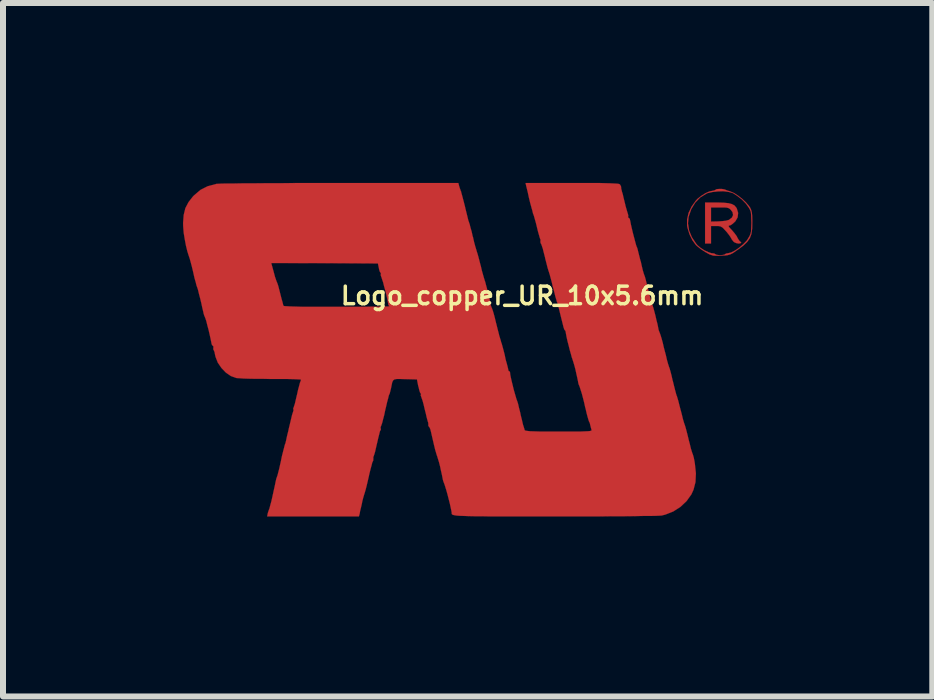
<source format=kicad_pcb>
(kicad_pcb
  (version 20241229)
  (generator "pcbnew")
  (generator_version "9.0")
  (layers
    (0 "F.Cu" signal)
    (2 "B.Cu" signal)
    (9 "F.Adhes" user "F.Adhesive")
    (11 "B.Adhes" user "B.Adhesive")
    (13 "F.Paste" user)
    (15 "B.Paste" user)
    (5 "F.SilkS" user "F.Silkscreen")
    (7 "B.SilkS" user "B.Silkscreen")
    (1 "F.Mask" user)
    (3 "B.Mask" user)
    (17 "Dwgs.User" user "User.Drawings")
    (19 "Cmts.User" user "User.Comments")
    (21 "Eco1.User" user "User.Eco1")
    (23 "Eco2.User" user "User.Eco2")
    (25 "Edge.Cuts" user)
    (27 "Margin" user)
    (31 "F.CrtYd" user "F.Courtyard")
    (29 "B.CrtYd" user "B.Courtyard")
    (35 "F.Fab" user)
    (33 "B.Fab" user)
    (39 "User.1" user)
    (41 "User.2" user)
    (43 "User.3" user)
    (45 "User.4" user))
  (footprint "Logo_copper_UR_10x5.6mm"
    (layer "F.Cu")
    (at 4.754 2.78)
    (property "Reference" "Logo_copper_UR_10x5.6mm" (at 0.9 -0.9 0) (layer "F.SilkS") (effects (font (size 0.292 0.292) (thickness 0.058))))
    (attr through_hole)
    (fp_poly (pts (xy 4.552 -1.788) (xy 4.539 -1.773) (xy 4.506 -1.77) (xy 4.468 -1.778) (xy 4.435 -1.793) (xy 4.425 -1.801) (xy 4.397 -1.836) (xy 4.374 -1.877) (xy 4.348 -1.915) (xy 4.31 -1.963) (xy 4.282 -1.994) (xy 4.242 -2.035) (xy 4.209 -2.055) (xy 4.173 -2.062) (xy 4.133 -2.062) (xy 4.049 -2.062) (xy 4.049 -1.918) (xy 4.049 -1.77) (xy 3.998 -1.77) (xy 3.95 -1.77) (xy 3.95 -2.113) (xy 3.95 -2.454) (xy 4.145 -2.454) (xy 4.255 -2.451) (xy 4.338 -2.443) (xy 4.397 -2.428) (xy 4.44 -2.405) (xy 4.468 -2.372) (xy 4.478 -2.357) (xy 4.501 -2.281) (xy 4.493 -2.207) (xy 4.455 -2.141) (xy 4.453 -2.139) (xy 4.417 -2.106) (xy 4.417 -2.245) (xy 4.407 -2.294) (xy 4.381 -2.329) (xy 4.361 -2.349) (xy 4.338 -2.362) (xy 4.305 -2.37) (xy 4.257 -2.372) (xy 4.196 -2.372) (xy 4.049 -2.372) (xy 4.049 -2.256) (xy 4.049 -2.136) (xy 4.176 -2.139) (xy 4.242 -2.144) (xy 4.3 -2.151) (xy 4.338 -2.162) (xy 4.343 -2.162) (xy 4.397 -2.202) (xy 4.417 -2.245) (xy 4.417 -2.106) (xy 4.415 -2.103) (xy 4.379 -2.078) (xy 4.366 -2.073) (xy 4.346 -2.068) (xy 4.343 -2.057) (xy 4.356 -2.037) (xy 4.389 -2.002) (xy 4.397 -1.994) (xy 4.44 -1.943) (xy 4.478 -1.892) (xy 4.491 -1.864) (xy 4.514 -1.826) (xy 4.531 -1.806) (xy 4.536 -1.803) (xy 4.552 -1.791) (xy 4.552 -1.788)) (stroke (width 0.003) (type solid)) (fill yes) (layer "F.Cu"))
    (fp_poly (pts (xy 4.737 -2.126) (xy 4.735 -2.017) (xy 4.722 -1.93) (xy 4.722 -1.928) (xy 4.722 -2.108) (xy 4.722 -2.121) (xy 4.719 -2.202) (xy 4.717 -2.258) (xy 4.712 -2.299) (xy 4.699 -2.332) (xy 4.681 -2.365) (xy 4.676 -2.372) (xy 4.63 -2.436) (xy 4.564 -2.504) (xy 4.488 -2.563) (xy 4.417 -2.609) (xy 4.404 -2.614) (xy 4.341 -2.631) (xy 4.255 -2.642) (xy 4.161 -2.639) (xy 4.072 -2.629) (xy 3.993 -2.611) (xy 3.975 -2.603) (xy 3.871 -2.54) (xy 3.785 -2.451) (xy 3.719 -2.342) (xy 3.675 -2.215) (xy 3.665 -2.106) (xy 3.683 -1.989) (xy 3.729 -1.877) (xy 3.8 -1.77) (xy 3.825 -1.74) (xy 3.876 -1.697) (xy 3.94 -1.656) (xy 4.006 -1.626) (xy 4.059 -1.608) (xy 4.072 -1.608) (xy 4.105 -1.603) (xy 4.12 -1.593) (xy 4.143 -1.582) (xy 4.183 -1.577) (xy 4.201 -1.575) (xy 4.247 -1.58) (xy 4.277 -1.587) (xy 4.282 -1.593) (xy 4.305 -1.605) (xy 4.331 -1.608) (xy 4.384 -1.621) (xy 4.45 -1.654) (xy 4.519 -1.702) (xy 4.587 -1.76) (xy 4.646 -1.821) (xy 4.676 -1.869) (xy 4.696 -1.905) (xy 4.709 -1.938) (xy 4.717 -1.976) (xy 4.719 -2.032) (xy 4.722 -2.108) (xy 4.722 -1.928) (xy 4.696 -1.859) (xy 4.651 -1.796) (xy 4.587 -1.735) (xy 4.498 -1.669) (xy 4.475 -1.654) (xy 4.417 -1.613) (xy 4.371 -1.59) (xy 4.328 -1.577) (xy 4.275 -1.57) (xy 4.242 -1.57) (xy 4.176 -1.567) (xy 4.12 -1.567) (xy 4.082 -1.57) (xy 4.023 -1.59) (xy 3.955 -1.628) (xy 3.884 -1.674) (xy 3.823 -1.722) (xy 3.797 -1.745) (xy 3.739 -1.824) (xy 3.691 -1.923) (xy 3.658 -2.029) (xy 3.65 -2.065) (xy 3.65 -2.172) (xy 3.675 -2.281) (xy 3.726 -2.388) (xy 3.795 -2.484) (xy 3.823 -2.515) (xy 3.886 -2.565) (xy 3.955 -2.609) (xy 4.023 -2.639) (xy 4.074 -2.649) (xy 4.107 -2.657) (xy 4.12 -2.664) (xy 4.143 -2.677) (xy 4.183 -2.68) (xy 4.232 -2.68) (xy 4.275 -2.672) (xy 4.288 -2.667) (xy 4.321 -2.654) (xy 4.369 -2.639) (xy 4.381 -2.634) (xy 4.435 -2.611) (xy 4.501 -2.568) (xy 4.569 -2.515) (xy 4.633 -2.454) (xy 4.681 -2.398) (xy 4.702 -2.367) (xy 4.719 -2.329) (xy 4.729 -2.289) (xy 4.735 -2.238) (xy 4.737 -2.164) (xy 4.737 -2.126)) (stroke (width 0.003) (type solid)) (fill yes) (layer "F.Cu"))
    (fp_poly (pts (xy 3.797 2.06) (xy 3.79 2.207) (xy 3.757 2.334) (xy 3.721 2.413) (xy 3.64 2.525) (xy 3.538 2.621) (xy 3.419 2.697) (xy 3.289 2.748) (xy 3.226 2.764) (xy 3.193 2.766) (xy 3.129 2.769) (xy 3.038 2.771) (xy 2.918 2.771) (xy 2.771 2.774) (xy 2.601 2.776) (xy 2.405 2.776) (xy 2.189 2.779) (xy 1.953 2.779) (xy 1.699 2.779) (xy 1.448 2.779) (xy 1.173 2.779) (xy 0.932 2.779) (xy 0.716 2.779) (xy 0.528 2.779) (xy 0.366 2.779) (xy 0.226 2.776) (xy 0.109 2.776) (xy 0.013 2.774) (xy -0.066 2.771) (xy -0.13 2.769) (xy -0.178 2.766) (xy -0.216 2.761) (xy -0.241 2.756) (xy -0.259 2.751) (xy -0.269 2.743) (xy -0.274 2.736) (xy -0.274 2.728) (xy -0.274 2.718) (xy -0.274 2.715) (xy -0.279 2.687) (xy -0.29 2.634) (xy -0.305 2.565) (xy -0.325 2.487) (xy -0.345 2.408) (xy -0.366 2.334) (xy -0.384 2.276) (xy -0.396 2.238) (xy -0.399 2.233) (xy -0.414 2.192) (xy -0.422 2.164) (xy -0.422 2.162) (xy -0.427 2.136) (xy -0.437 2.085) (xy -0.452 2.019) (xy -0.467 1.948) (xy -0.485 1.877) (xy -0.503 1.819) (xy -0.516 1.775) (xy -0.521 1.763) (xy -0.531 1.73) (xy -0.549 1.669) (xy -0.569 1.587) (xy -0.592 1.488) (xy -0.617 1.379) (xy -0.617 1.377) (xy -0.63 1.326) (xy -0.645 1.293) (xy -0.653 1.283) (xy -0.663 1.27) (xy -0.663 1.255) (xy -0.665 1.217) (xy -0.671 1.201) (xy -0.678 1.176) (xy -0.691 1.128) (xy -0.706 1.062) (xy -0.724 0.991) (xy -0.742 0.914) (xy -0.759 0.851) (xy -0.775 0.805) (xy -0.782 0.785) (xy -0.792 0.757) (xy -0.787 0.749) (xy -0.787 0.732) (xy -0.792 0.729) (xy -0.803 0.711) (xy -0.815 0.671) (xy -0.828 0.615) (xy -0.831 0.61) (xy -0.853 0.495) (xy -1.052 0.49) (xy -1.135 0.488) (xy -1.191 0.488) (xy -1.229 0.495) (xy -1.25 0.511) (xy -1.265 0.541) (xy -1.275 0.589) (xy -1.285 0.64) (xy -1.298 0.693) (xy -1.308 0.732) (xy -1.311 0.737) (xy -1.311 -0.724) (xy -1.331 -0.747) (xy -1.331 -0.757) (xy -1.336 -0.785) (xy -1.346 -0.838) (xy -1.361 -0.907) (xy -1.379 -0.98) (xy -1.4 -1.054) (xy -1.417 -1.123) (xy -1.435 -1.176) (xy -1.445 -1.209) (xy -1.448 -1.214) (xy -1.458 -1.245) (xy -1.455 -1.26) (xy -1.455 -1.28) (xy -1.46 -1.283) (xy -1.471 -1.298) (xy -1.483 -1.333) (xy -1.488 -1.361) (xy -1.504 -1.438) (xy -2.393 -1.443) (xy -3.282 -1.445) (xy -3.239 -1.288) (xy -3.221 -1.219) (xy -3.203 -1.166) (xy -3.19 -1.13) (xy -3.185 -1.12) (xy -3.178 -1.102) (xy -3.165 -1.062) (xy -3.155 -1.024) (xy -3.137 -0.953) (xy -3.117 -0.874) (xy -3.109 -0.843) (xy -3.094 -0.792) (xy -3.084 -0.749) (xy -3.078 -0.734) (xy -3.071 -0.729) (xy -3.048 -0.726) (xy -3.01 -0.724) (xy -2.954 -0.721) (xy -2.878 -0.719) (xy -2.776 -0.716) (xy -2.652 -0.716) (xy -2.502 -0.716) (xy -2.322 -0.716) (xy -2.182 -0.716) (xy -2.017 -0.716) (xy -1.862 -0.716) (xy -1.72 -0.716) (xy -1.595 -0.719) (xy -1.488 -0.719) (xy -1.405 -0.721) (xy -1.346 -0.721) (xy -1.316 -0.724) (xy -1.311 -0.724) (xy -1.311 0.737) (xy -1.316 0.747) (xy -1.323 0.765) (xy -1.333 0.808) (xy -1.351 0.874) (xy -1.369 0.953) (xy -1.382 1.006) (xy -1.4 1.092) (xy -1.42 1.168) (xy -1.435 1.227) (xy -1.448 1.262) (xy -1.45 1.27) (xy -1.46 1.29) (xy -1.458 1.303) (xy -1.455 1.333) (xy -1.46 1.341) (xy -1.471 1.361) (xy -1.483 1.41) (xy -1.499 1.473) (xy -1.516 1.549) (xy -1.519 1.56) (xy -1.537 1.638) (xy -1.552 1.704) (xy -1.567 1.753) (xy -1.575 1.775) (xy -1.577 1.778) (xy -1.582 1.803) (xy -1.58 1.814) (xy -1.582 1.847) (xy -1.587 1.857) (xy -1.598 1.88) (xy -1.61 1.928) (xy -1.628 1.994) (xy -1.648 2.075) (xy -1.656 2.113) (xy -1.676 2.2) (xy -1.694 2.276) (xy -1.709 2.334) (xy -1.72 2.372) (xy -1.722 2.38) (xy -1.732 2.41) (xy -1.748 2.464) (xy -1.765 2.53) (xy -1.77 2.56) (xy -1.786 2.629) (xy -1.801 2.69) (xy -1.808 2.733) (xy -1.811 2.743) (xy -1.821 2.779) (xy -2.586 2.779) (xy -3.35 2.779) (xy -3.34 2.725) (xy -3.327 2.685) (xy -3.317 2.657) (xy -3.315 2.657) (xy -3.31 2.637) (xy -3.297 2.588) (xy -3.279 2.522) (xy -3.261 2.441) (xy -3.241 2.349) (xy -3.221 2.258) (xy -3.208 2.195) (xy -3.198 2.151) (xy -3.188 2.123) (xy -3.188 2.121) (xy -3.18 2.101) (xy -3.167 2.052) (xy -3.15 1.986) (xy -3.132 1.905) (xy -3.122 1.862) (xy -3.104 1.773) (xy -3.084 1.694) (xy -3.068 1.633) (xy -3.058 1.593) (xy -3.056 1.585) (xy -3.045 1.557) (xy -3.033 1.506) (xy -3.018 1.435) (xy -2.997 1.351) (xy -2.99 1.316) (xy -2.969 1.229) (xy -2.951 1.153) (xy -2.936 1.09) (xy -2.924 1.052) (xy -2.921 1.044) (xy -2.911 1.011) (xy -2.913 0.996) (xy -2.916 0.975) (xy -2.911 0.968) (xy -2.903 0.945) (xy -2.888 0.899) (xy -2.873 0.833) (xy -2.855 0.757) (xy -2.852 0.747) (xy -2.835 0.668) (xy -2.817 0.602) (xy -2.804 0.551) (xy -2.794 0.526) (xy -2.786 0.503) (xy -2.789 0.498) (xy -2.809 0.495) (xy -2.855 0.493) (xy -2.926 0.49) (xy -3.018 0.488) (xy -3.127 0.488) (xy -3.246 0.488) (xy -3.292 0.488) (xy -3.419 0.485) (xy -3.541 0.485) (xy -3.65 0.483) (xy -3.744 0.48) (xy -3.815 0.475) (xy -3.861 0.472) (xy -3.868 0.47) (xy -3.955 0.439) (xy -4.039 0.381) (xy -4.112 0.305) (xy -4.173 0.216) (xy -4.211 0.119) (xy -4.219 0.084) (xy -4.227 0.041) (xy -4.239 0.01) (xy -4.242 0.008) (xy -4.249 -0.01) (xy -4.247 -0.03) (xy -4.247 -0.058) (xy -4.255 -0.064) (xy -4.27 -0.079) (xy -4.28 -0.112) (xy -4.28 -0.117) (xy -4.293 -0.18) (xy -4.31 -0.257) (xy -4.328 -0.335) (xy -4.348 -0.409) (xy -4.364 -0.475) (xy -4.379 -0.521) (xy -4.387 -0.541) (xy -4.399 -0.569) (xy -4.412 -0.612) (xy -4.412 -0.617) (xy -4.43 -0.693) (xy -4.448 -0.777) (xy -4.468 -0.859) (xy -4.488 -0.935) (xy -4.503 -0.998) (xy -4.516 -1.039) (xy -4.519 -1.046) (xy -4.529 -1.074) (xy -4.542 -1.128) (xy -4.562 -1.196) (xy -4.58 -1.278) (xy -4.585 -1.3) (xy -4.605 -1.384) (xy -4.625 -1.46) (xy -4.643 -1.524) (xy -4.656 -1.562) (xy -4.658 -1.567) (xy -4.681 -1.641) (xy -4.704 -1.735) (xy -4.724 -1.841) (xy -4.742 -1.951) (xy -4.75 -2.052) (xy -4.752 -2.113) (xy -4.742 -2.245) (xy -4.714 -2.36) (xy -4.661 -2.461) (xy -4.585 -2.558) (xy -4.569 -2.573) (xy -4.463 -2.664) (xy -4.343 -2.725) (xy -4.206 -2.761) (xy -4.204 -2.764) (xy -4.171 -2.766) (xy -4.107 -2.769) (xy -4.013 -2.771) (xy -3.889 -2.771) (xy -3.739 -2.774) (xy -3.559 -2.774) (xy -3.353 -2.776) (xy -3.124 -2.776) (xy -2.868 -2.779) (xy -2.591 -2.779) (xy -2.291 -2.779) (xy -2.134 -2.779) (xy -0.163 -2.779) (xy -0.152 -2.736) (xy -0.14 -2.695) (xy -0.132 -2.675) (xy -0.122 -2.644) (xy -0.119 -2.642) (xy -0.112 -2.611) (xy -0.109 -2.601) (xy -0.102 -2.576) (xy -0.089 -2.527) (xy -0.071 -2.459) (xy -0.051 -2.38) (xy -0.048 -2.365) (xy -0.028 -2.283) (xy -0.01 -2.21) (xy 0.003 -2.156) (xy 0.015 -2.123) (xy 0.015 -2.121) (xy 0.025 -2.093) (xy 0.038 -2.04) (xy 0.058 -1.971) (xy 0.076 -1.89) (xy 0.081 -1.877) (xy 0.099 -1.796) (xy 0.119 -1.722) (xy 0.135 -1.669) (xy 0.145 -1.636) (xy 0.145 -1.633) (xy 0.155 -1.605) (xy 0.17 -1.552) (xy 0.188 -1.483) (xy 0.208 -1.405) (xy 0.211 -1.397) (xy 0.229 -1.318) (xy 0.249 -1.247) (xy 0.264 -1.194) (xy 0.274 -1.163) (xy 0.274 -1.161) (xy 0.284 -1.133) (xy 0.297 -1.082) (xy 0.315 -1.016) (xy 0.333 -0.945) (xy 0.351 -0.876) (xy 0.363 -0.815) (xy 0.371 -0.775) (xy 0.373 -0.762) (xy 0.378 -0.737) (xy 0.394 -0.696) (xy 0.396 -0.693) (xy 0.409 -0.658) (xy 0.427 -0.599) (xy 0.447 -0.523) (xy 0.467 -0.439) (xy 0.47 -0.429) (xy 0.49 -0.348) (xy 0.508 -0.279) (xy 0.521 -0.226) (xy 0.531 -0.196) (xy 0.531 -0.193) (xy 0.541 -0.163) (xy 0.544 -0.152) (xy 0.551 -0.124) (xy 0.556 -0.112) (xy 0.564 -0.086) (xy 0.577 -0.038) (xy 0.594 0.025) (xy 0.61 0.089) (xy 0.625 0.163) (xy 0.643 0.226) (xy 0.655 0.272) (xy 0.66 0.292) (xy 0.668 0.325) (xy 0.668 0.335) (xy 0.676 0.356) (xy 0.681 0.356) (xy 0.696 0.368) (xy 0.699 0.381) (xy 0.701 0.409) (xy 0.711 0.46) (xy 0.726 0.526) (xy 0.744 0.599) (xy 0.762 0.673) (xy 0.782 0.742) (xy 0.798 0.798) (xy 0.808 0.831) (xy 0.81 0.836) (xy 0.818 0.856) (xy 0.833 0.904) (xy 0.848 0.97) (xy 0.869 1.052) (xy 0.876 1.09) (xy 0.897 1.173) (xy 0.914 1.247) (xy 0.932 1.303) (xy 0.942 1.339) (xy 0.945 1.344) (xy 0.958 1.349) (xy 0.988 1.354) (xy 1.034 1.359) (xy 1.102 1.361) (xy 1.196 1.364) (xy 1.316 1.364) (xy 1.463 1.364) (xy 1.514 1.364) (xy 1.664 1.364) (xy 1.783 1.364) (xy 1.875 1.364) (xy 1.946 1.361) (xy 1.994 1.359) (xy 2.027 1.356) (xy 2.047 1.351) (xy 2.057 1.346) (xy 2.057 1.339) (xy 2.057 1.336) (xy 2.047 1.3) (xy 2.037 1.26) (xy 2.027 1.219) (xy 2.014 1.194) (xy 2.007 1.173) (xy 1.994 1.128) (xy 1.976 1.062) (xy 1.958 0.983) (xy 1.951 0.958) (xy 1.933 0.876) (xy 1.915 0.805) (xy 1.9 0.749) (xy 1.892 0.719) (xy 1.89 0.714) (xy 1.88 0.683) (xy 1.877 0.673) (xy 1.869 0.648) (xy 1.857 0.612) (xy 1.841 0.574) (xy 1.836 0.551) (xy 1.831 0.523) (xy 1.821 0.475) (xy 1.806 0.409) (xy 1.791 0.338) (xy 1.773 0.269) (xy 1.755 0.208) (xy 1.742 0.168) (xy 1.737 0.152) (xy 1.727 0.124) (xy 1.714 0.074) (xy 1.694 0.005) (xy 1.676 -0.069) (xy 1.656 -0.145) (xy 1.641 -0.213) (xy 1.631 -0.267) (xy 1.626 -0.297) (xy 1.626 -0.3) (xy 1.618 -0.32) (xy 1.613 -0.323) (xy 1.603 -0.338) (xy 1.59 -0.376) (xy 1.58 -0.417) (xy 1.547 -0.549) (xy 1.521 -0.655) (xy 1.501 -0.737) (xy 1.486 -0.787) (xy 1.478 -0.803) (xy 1.471 -0.831) (xy 1.455 -0.884) (xy 1.438 -0.953) (xy 1.417 -1.034) (xy 1.412 -1.046) (xy 1.394 -1.128) (xy 1.374 -1.201) (xy 1.359 -1.257) (xy 1.349 -1.288) (xy 1.349 -1.29) (xy 1.339 -1.318) (xy 1.323 -1.372) (xy 1.306 -1.44) (xy 1.285 -1.521) (xy 1.283 -1.534) (xy 1.262 -1.615) (xy 1.245 -1.684) (xy 1.227 -1.737) (xy 1.217 -1.765) (xy 1.214 -1.765) (xy 1.204 -1.796) (xy 1.206 -1.808) (xy 1.206 -1.839) (xy 1.201 -1.847) (xy 1.194 -1.867) (xy 1.181 -1.913) (xy 1.163 -1.976) (xy 1.146 -2.047) (xy 1.128 -2.121) (xy 1.11 -2.184) (xy 1.097 -2.23) (xy 1.09 -2.25) (xy 1.079 -2.278) (xy 1.079 -2.283) (xy 1.072 -2.311) (xy 1.069 -2.324) (xy 1.062 -2.347) (xy 1.049 -2.395) (xy 1.031 -2.461) (xy 1.013 -2.537) (xy 0.996 -2.616) (xy 0.978 -2.69) (xy 0.965 -2.743) (xy 0.958 -2.779) (xy 1.732 -2.779) (xy 1.913 -2.779) (xy 2.065 -2.779) (xy 2.189 -2.779) (xy 2.291 -2.776) (xy 2.37 -2.774) (xy 2.428 -2.771) (xy 2.471 -2.769) (xy 2.502 -2.766) (xy 2.52 -2.761) (xy 2.53 -2.756) (xy 2.548 -2.725) (xy 2.55 -2.71) (xy 2.553 -2.677) (xy 2.558 -2.664) (xy 2.563 -2.639) (xy 2.578 -2.591) (xy 2.593 -2.525) (xy 2.609 -2.461) (xy 2.626 -2.39) (xy 2.644 -2.327) (xy 2.657 -2.283) (xy 2.662 -2.268) (xy 2.67 -2.238) (xy 2.667 -2.223) (xy 2.672 -2.197) (xy 2.68 -2.195) (xy 2.695 -2.182) (xy 2.697 -2.169) (xy 2.703 -2.141) (xy 2.713 -2.09) (xy 2.728 -2.024) (xy 2.746 -1.948) (xy 2.766 -1.872) (xy 2.784 -1.803) (xy 2.799 -1.748) (xy 2.809 -1.717) (xy 2.812 -1.714) (xy 2.822 -1.687) (xy 2.835 -1.633) (xy 2.852 -1.565) (xy 2.873 -1.483) (xy 2.878 -1.471) (xy 2.896 -1.389) (xy 2.913 -1.318) (xy 2.929 -1.265) (xy 2.939 -1.237) (xy 2.941 -1.234) (xy 2.949 -1.209) (xy 2.962 -1.161) (xy 2.979 -1.092) (xy 3 -1.011) (xy 3.007 -0.98) (xy 3.028 -0.899) (xy 3.045 -0.831) (xy 3.061 -0.777) (xy 3.068 -0.749) (xy 3.071 -0.747) (xy 3.078 -0.729) (xy 3.091 -0.686) (xy 3.106 -0.63) (xy 3.124 -0.561) (xy 3.139 -0.493) (xy 3.155 -0.432) (xy 3.165 -0.384) (xy 3.17 -0.356) (xy 3.175 -0.33) (xy 3.19 -0.29) (xy 3.193 -0.284) (xy 3.205 -0.251) (xy 3.223 -0.193) (xy 3.244 -0.117) (xy 3.264 -0.03) (xy 3.274 0.008) (xy 3.297 0.094) (xy 3.315 0.173) (xy 3.332 0.234) (xy 3.345 0.274) (xy 3.348 0.284) (xy 3.358 0.31) (xy 3.373 0.363) (xy 3.391 0.432) (xy 3.409 0.513) (xy 3.414 0.528) (xy 3.434 0.61) (xy 3.452 0.681) (xy 3.467 0.737) (xy 3.477 0.77) (xy 3.48 0.772) (xy 3.487 0.798) (xy 3.503 0.851) (xy 3.52 0.919) (xy 3.541 1.001) (xy 3.543 1.006) (xy 3.564 1.087) (xy 3.581 1.158) (xy 3.597 1.212) (xy 3.607 1.242) (xy 3.617 1.27) (xy 3.632 1.323) (xy 3.65 1.392) (xy 3.67 1.473) (xy 3.675 1.496) (xy 3.696 1.575) (xy 3.713 1.646) (xy 3.729 1.699) (xy 3.739 1.73) (xy 3.741 1.732) (xy 3.749 1.755) (xy 3.762 1.801) (xy 3.774 1.864) (xy 3.78 1.902) (xy 3.797 2.06)) (stroke (width 0.003) (type solid)) (fill yes) (layer "F.Cu")))
  (gr_rect
    (start -3 -3)
    (end 12.492 8.56)
    (stroke (width 0.1) (type default))
    (fill no)
    (layer "Edge.Cuts")))
</source>
